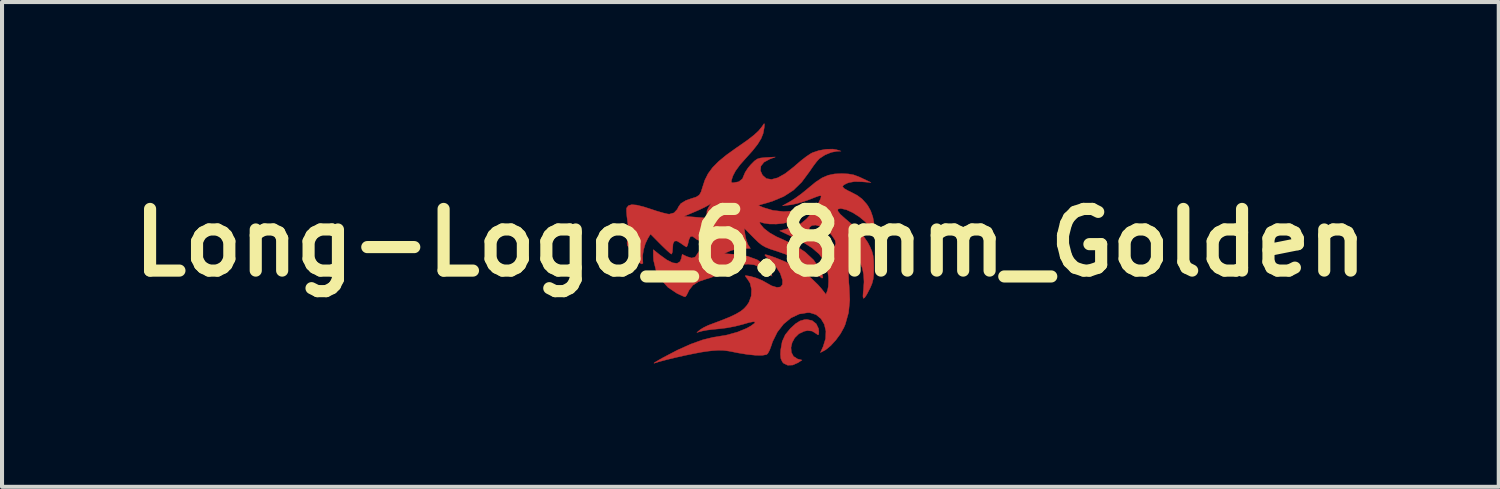
<source format=kicad_pcb>
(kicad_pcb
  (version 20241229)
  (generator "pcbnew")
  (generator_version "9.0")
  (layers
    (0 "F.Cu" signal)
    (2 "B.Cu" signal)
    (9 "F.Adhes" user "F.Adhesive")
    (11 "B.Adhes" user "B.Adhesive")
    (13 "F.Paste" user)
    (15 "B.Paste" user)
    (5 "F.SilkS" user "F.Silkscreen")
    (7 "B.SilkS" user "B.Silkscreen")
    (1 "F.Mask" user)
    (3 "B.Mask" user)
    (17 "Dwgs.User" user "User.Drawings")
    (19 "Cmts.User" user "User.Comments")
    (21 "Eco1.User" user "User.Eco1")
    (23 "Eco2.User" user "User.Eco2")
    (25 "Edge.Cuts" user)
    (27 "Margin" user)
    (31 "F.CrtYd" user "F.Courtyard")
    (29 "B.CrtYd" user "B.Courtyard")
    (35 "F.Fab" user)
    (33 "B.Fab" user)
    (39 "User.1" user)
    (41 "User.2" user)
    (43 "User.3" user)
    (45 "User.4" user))
  (footprint "Long-Logo_6.8mm_Golden"
    (layer "F.Cu")
    (at 15.501 2.95)
    (property "Reference" "Long-Logo_6.8mm_Golden" (at 0 0 0) (layer "F.SilkS") (effects (font (size 1.524 1.524) (thickness 0.3))))
    (attr through_hole)
    (fp_poly (pts (xy 1.526 1.925) (xy 1.628 2.006) (xy 1.686 2.126) (xy 1.693 2.195) (xy 1.69 2.267) (xy 1.67 2.279) (xy 1.632 2.251) (xy 1.526 2.185) (xy 1.412 2.173) (xy 1.328 2.19) (xy 1.198 2.252) (xy 1.098 2.35) (xy 1.033 2.468) (xy 1.004 2.593) (xy 1.014 2.712) (xy 1.066 2.81) (xy 1.164 2.873) (xy 1.185 2.879) (xy 1.276 2.902) (xy 1.176 2.968) (xy 1.045 3.025) (xy 0.921 3.029) (xy 0.821 2.981) (xy 0.79 2.945) (xy 0.754 2.865) (xy 0.744 2.758) (xy 0.75 2.65) (xy 0.787 2.443) (xy 0.863 2.275) (xy 0.991 2.119) (xy 0.992 2.118) (xy 1.119 2.002) (xy 1.227 1.934) (xy 1.335 1.903) (xy 1.394 1.898) (xy 1.526 1.925)) (stroke (width 0.01) (type solid)) (fill yes) (layer "F.Cu"))
    (fp_poly (pts (xy 2.424 -1.7) (xy 2.553 -1.677) (xy 2.683 -1.629) (xy 2.755 -1.596) (xy 2.981 -1.488) (xy 2.752 -1.507) (xy 2.575 -1.511) (xy 2.438 -1.487) (xy 2.388 -1.469) (xy 2.306 -1.427) (xy 2.28 -1.387) (xy 2.315 -1.343) (xy 2.411 -1.287) (xy 2.482 -1.253) (xy 2.642 -1.17) (xy 2.761 -1.081) (xy 2.867 -0.964) (xy 2.903 -0.916) (xy 2.973 -0.791) (xy 3.027 -0.638) (xy 3.056 -0.487) (xy 3.053 -0.364) (xy 3.051 -0.357) (xy 3.036 -0.306) (xy 3.016 -0.301) (xy 2.979 -0.348) (xy 2.947 -0.394) (xy 2.838 -0.52) (xy 2.693 -0.64) (xy 2.532 -0.743) (xy 2.375 -0.815) (xy 2.24 -0.846) (xy 2.231 -0.846) (xy 2.165 -0.831) (xy 2.162 -0.784) (xy 2.221 -0.705) (xy 2.343 -0.595) (xy 2.376 -0.568) (xy 2.603 -0.373) (xy 2.775 -0.19) (xy 2.903 -0.005) (xy 2.959 0.102) (xy 3.006 0.214) (xy 3.034 0.32) (xy 3.048 0.443) (xy 3.052 0.61) (xy 3.052 0.617) (xy 3.049 0.783) (xy 3.036 0.903) (xy 3.01 1.004) (xy 2.966 1.11) (xy 2.954 1.134) (xy 2.878 1.28) (xy 2.825 1.36) (xy 2.793 1.375) (xy 2.783 1.324) (xy 2.791 1.208) (xy 2.796 1.174) (xy 2.81 0.97) (xy 2.8 0.785) (xy 2.768 0.626) (xy 2.719 0.505) (xy 2.654 0.43) (xy 2.578 0.41) (xy 2.538 0.424) (xy 2.475 0.488) (xy 2.437 0.6) (xy 2.424 0.765) (xy 2.434 0.991) (xy 2.441 1.063) (xy 2.458 1.416) (xy 2.427 1.73) (xy 2.347 2.015) (xy 2.313 2.096) (xy 2.228 2.25) (xy 2.114 2.406) (xy 1.987 2.545) (xy 1.865 2.645) (xy 1.829 2.666) (xy 1.732 2.716) (xy 1.8 2.566) (xy 1.86 2.372) (xy 1.868 2.186) (xy 1.828 2.017) (xy 1.745 1.878) (xy 1.625 1.779) (xy 1.472 1.731) (xy 1.423 1.729) (xy 1.208 1.763) (xy 1.005 1.859) (xy 0.821 2.011) (xy 0.667 2.209) (xy 0.55 2.446) (xy 0.517 2.545) (xy 0.476 2.656) (xy 0.432 2.737) (xy 0.403 2.765) (xy 0.294 2.785) (xy 0.13 2.783) (xy -0.077 2.762) (xy -0.314 2.723) (xy -0.356 2.714) (xy -0.53 2.68) (xy -0.666 2.662) (xy -0.791 2.659) (xy -0.935 2.669) (xy -1.05 2.682) (xy -1.205 2.705) (xy -1.404 2.743) (xy -1.628 2.789) (xy -1.859 2.841) (xy -2.076 2.894) (xy -2.26 2.943) (xy -2.381 2.981) (xy -2.383 2.976) (xy -2.333 2.942) (xy -2.239 2.887) (xy -2.152 2.838) (xy -1.798 2.653) (xy -1.469 2.506) (xy -1.173 2.4) (xy -0.917 2.338) (xy -0.854 2.329) (xy -0.578 2.282) (xy -0.316 2.209) (xy -0.09 2.116) (xy 0.017 2.055) (xy 0.1 1.994) (xy 0.118 1.96) (xy 0.073 1.953) (xy -0.035 1.974) (xy -0.201 2.022) (xy -0.379 2.067) (xy -0.584 2.106) (xy -0.772 2.129) (xy -0.776 2.129) (xy -0.932 2.144) (xy -1.077 2.162) (xy -1.183 2.182) (xy -1.199 2.186) (xy -1.323 2.22) (xy -1.243 2.153) (xy -1.161 2.101) (xy -1.048 2.046) (xy -0.996 2.026) (xy -0.729 1.926) (xy -0.52 1.842) (xy -0.361 1.767) (xy -0.241 1.697) (xy -0.152 1.625) (xy -0.084 1.548) (xy -0.033 1.469) (xy 0.022 1.316) (xy 0.029 1.151) (xy -0.008 0.998) (xy -0.072 0.898) (xy -0.117 0.841) (xy -0.124 0.813) (xy -0.121 0.812) (xy 0.004 0.832) (xy 0.155 0.877) (xy 0.298 0.937) (xy 0.367 0.976) (xy 0.527 1.066) (xy 0.655 1.105) (xy 0.745 1.094) (xy 0.793 1.034) (xy 0.795 0.926) (xy 0.794 0.922) (xy 0.738 0.754) (xy 0.631 0.589) (xy 0.476 0.427) (xy 0.392 0.348) (xy 0.357 0.307) (xy 0.366 0.295) (xy 0.414 0.304) (xy 0.415 0.304) (xy 0.526 0.338) (xy 0.676 0.394) (xy 0.841 0.462) (xy 0.999 0.533) (xy 1.125 0.596) (xy 1.164 0.619) (xy 1.337 0.74) (xy 1.514 0.887) (xy 1.67 1.038) (xy 1.753 1.132) (xy 1.868 1.278) (xy 1.908 1.177) (xy 1.926 1.087) (xy 1.934 0.957) (xy 1.931 0.84) (xy 1.897 0.631) (xy 1.823 0.447) (xy 1.703 0.283) (xy 1.529 0.131) (xy 1.297 -0.016) (xy 1.075 -0.129) (xy 0.726 -0.294) (xy 0.781 -0.309) (xy 1.445 -0.309) (xy 1.474 -0.207) (xy 1.56 -0.084) (xy 1.683 0.029) (xy 1.813 0.105) (xy 1.936 0.138) (xy 2.037 0.124) (xy 2.074 0.099) (xy 2.113 0.028) (xy 2.096 -0.06) (xy 2.021 -0.173) (xy 1.972 -0.23) (xy 1.846 -0.341) (xy 1.723 -0.408) (xy 1.613 -0.436) (xy 1.523 -0.426) (xy 1.464 -0.383) (xy 1.445 -0.309) (xy 0.781 -0.309) (xy 0.943 -0.353) (xy 1.072 -0.393) (xy 1.184 -0.436) (xy 1.241 -0.466) (xy 1.385 -0.584) (xy 1.526 -0.74) (xy 1.647 -0.911) (xy 1.73 -1.075) (xy 1.743 -1.115) (xy 1.75 -1.149) (xy 1.737 -1.163) (xy 1.692 -1.156) (xy 1.605 -1.125) (xy 1.474 -1.073) (xy 1.313 -1.016) (xy 1.149 -0.968) (xy 1.012 -0.938) (xy 0.988 -0.935) (xy 0.794 -0.913) (xy 0.988 -1.021) (xy 1.107 -1.097) (xy 1.252 -1.202) (xy 1.394 -1.316) (xy 1.429 -1.346) (xy 1.614 -1.498) (xy 1.773 -1.603) (xy 1.923 -1.667) (xy 2.081 -1.7) (xy 2.261 -1.708) (xy 2.424 -1.7)) (stroke (width 0.01) (type solid)) (fill yes) (layer "F.Cu"))
    (fp_poly (pts (xy 0.349 -2.928) (xy 0.343 -2.851) (xy 0.341 -2.836) (xy 0.316 -2.701) (xy 0.264 -2.571) (xy 0.179 -2.433) (xy 0.053 -2.273) (xy -0.09 -2.114) (xy -0.256 -1.927) (xy -0.368 -1.774) (xy -0.432 -1.652) (xy -0.435 -1.643) (xy -0.466 -1.546) (xy -0.471 -1.499) (xy -0.451 -1.483) (xy -0.423 -1.482) (xy -0.287 -1.507) (xy -0.196 -1.579) (xy -0.164 -1.657) (xy -0.128 -1.741) (xy -0.058 -1.848) (xy 0.012 -1.93) (xy 0.101 -2.02) (xy 0.172 -2.07) (xy 0.253 -2.094) (xy 0.372 -2.105) (xy 0.392 -2.106) (xy 0.617 -2.119) (xy 0.477 -2.066) (xy 0.337 -1.99) (xy 0.26 -1.893) (xy 0.249 -1.781) (xy 0.3 -1.669) (xy 0.396 -1.585) (xy 0.523 -1.564) (xy 0.68 -1.606) (xy 0.865 -1.711) (xy 1.08 -1.879) (xy 1.129 -1.923) (xy 1.258 -2.033) (xy 1.387 -2.132) (xy 1.494 -2.203) (xy 1.535 -2.225) (xy 1.696 -2.279) (xy 1.872 -2.31) (xy 2.036 -2.314) (xy 2.134 -2.297) (xy 2.24 -2.264) (xy 2.142 -2.261) (xy 2 -2.234) (xy 1.845 -2.17) (xy 1.713 -2.084) (xy 1.698 -2.071) (xy 1.638 -2.004) (xy 1.557 -1.897) (xy 1.472 -1.774) (xy 1.46 -1.756) (xy 1.269 -1.498) (xy 1.064 -1.298) (xy 0.827 -1.144) (xy 0.545 -1.026) (xy 0.411 -0.985) (xy 0.194 -0.924) (xy 0.321 -0.869) (xy 0.559 -0.798) (xy 0.822 -0.769) (xy 1.084 -0.784) (xy 1.315 -0.843) (xy 1.381 -0.865) (xy 1.395 -0.853) (xy 1.376 -0.812) (xy 1.3 -0.72) (xy 1.178 -0.625) (xy 1.032 -0.544) (xy 0.954 -0.512) (xy 0.811 -0.478) (xy 0.64 -0.461) (xy 0.471 -0.463) (xy 0.332 -0.484) (xy 0.301 -0.493) (xy 0.239 -0.513) (xy 0.229 -0.497) (xy 0.246 -0.461) (xy 0.331 -0.357) (xy 0.469 -0.249) (xy 0.646 -0.148) (xy 0.777 -0.09) (xy 1.09 0.057) (xy 1.354 0.231) (xy 1.564 0.428) (xy 1.711 0.642) (xy 1.732 0.686) (xy 1.782 0.807) (xy 1.793 0.87) (xy 1.765 0.875) (xy 1.696 0.822) (xy 1.62 0.748) (xy 1.413 0.569) (xy 1.165 0.416) (xy 0.866 0.283) (xy 0.653 0.209) (xy 0.489 0.156) (xy 0.373 0.109) (xy 0.282 0.057) (xy 0.195 -0.013) (xy 0.092 -0.113) (xy 0.074 -0.131) (xy -0.152 -0.36) (xy -0.129 -0.191) (xy -0.103 -0.071) (xy -0.067 0.031) (xy -0.052 0.059) (xy 0.002 0.141) (xy -0.184 0.142) (xy -0.325 0.156) (xy -0.464 0.189) (xy -0.512 0.207) (xy -0.653 0.27) (xy -0.366 0.29) (xy -0.074 0.334) (xy 0.165 0.42) (xy 0.35 0.546) (xy 0.479 0.713) (xy 0.484 0.723) (xy 0.538 0.829) (xy 0.454 0.753) (xy 0.273 0.618) (xy 0.094 0.546) (xy -0.056 0.529) (xy -0.224 0.541) (xy -0.379 0.58) (xy -0.547 0.656) (xy -0.67 0.726) (xy -0.817 0.8) (xy -0.987 0.866) (xy -1.093 0.898) (xy -1.285 0.963) (xy -1.422 1.052) (xy -1.516 1.175) (xy -1.54 1.226) (xy -1.579 1.302) (xy -1.611 1.339) (xy -1.614 1.34) (xy -1.658 1.325) (xy -1.743 1.286) (xy -1.817 1.251) (xy -2.036 1.104) (xy -2.21 0.912) (xy -2.332 0.686) (xy -2.393 0.437) (xy -2.399 0.329) (xy -2.399 0.172) (xy -2.249 0.293) (xy -2.068 0.424) (xy -1.922 0.497) (xy -1.811 0.511) (xy -1.738 0.467) (xy -1.706 0.388) (xy -1.685 0.287) (xy -1.569 0.343) (xy -1.45 0.379) (xy -1.364 0.355) (xy -1.307 0.27) (xy -1.257 0.197) (xy -1.173 0.123) (xy -1.148 0.107) (xy -1.045 0.022) (xy -0.964 -0.083) (xy -0.92 -0.185) (xy -0.917 -0.213) (xy -0.94 -0.219) (xy -0.998 -0.184) (xy -1.023 -0.164) (xy -1.142 -0.078) (xy -1.236 -0.049) (xy -1.318 -0.074) (xy -1.359 -0.106) (xy -1.433 -0.159) (xy -1.484 -0.149) (xy -1.519 -0.075) (xy -1.532 -0.018) (xy -1.553 0.063) (xy -1.574 0.105) (xy -1.577 0.106) (xy -1.616 0.086) (xy -1.688 0.037) (xy -1.719 0.014) (xy -1.815 -0.043) (xy -1.878 -0.04) (xy -1.912 0.026) (xy -1.921 0.142) (xy -1.928 0.23) (xy -1.944 0.279) (xy -1.95 0.282) (xy -1.986 0.259) (xy -2.058 0.195) (xy -2.155 0.102) (xy -2.224 0.034) (xy -2.469 -0.214) (xy -2.538 -0.1) (xy -2.597 0.025) (xy -2.641 0.175) (xy -2.664 0.322) (xy -2.661 0.436) (xy -2.66 0.443) (xy -2.656 0.509) (xy -2.685 0.526) (xy -2.736 0.5) (xy -2.798 0.436) (xy -2.861 0.342) (xy -2.874 0.318) (xy -2.933 0.215) (xy -2.996 0.129) (xy -3.002 0.122) (xy -3.042 0.065) (xy -3.049 0.000048) (xy -3.029 -0.09) (xy -3.01 -0.196) (xy -3.012 -0.327) (xy -3.033 -0.502) (xy -3.035 -0.517) (xy -3.053 -0.653) (xy -1.64 -0.653) (xy -1.376 -0.633) (xy -1.245 -0.622) (xy -1.142 -0.613) (xy -1.087 -0.607) (xy -1.084 -0.606) (xy -1.071 -0.63) (xy -1.078 -0.685) (xy -1.072 -0.792) (xy -1.035 -0.87) (xy -0.97 -0.97) (xy -1.058 -0.916) (xy -1.134 -0.875) (xy -1.251 -0.819) (xy -1.385 -0.76) (xy -1.393 -0.757) (xy -1.64 -0.653) (xy -3.053 -0.653) (xy -3.053 -0.657) (xy -3.062 -0.775) (xy -3.061 -0.85) (xy -3.058 -0.86) (xy -3.014 -0.916) (xy -2.934 -0.94) (xy -2.81 -0.93) (xy -2.637 -0.887) (xy -2.472 -0.834) (xy -2.312 -0.781) (xy -2.167 -0.739) (xy -2.056 -0.712) (xy -2.005 -0.705) (xy -1.888 -0.738) (xy -1.804 -0.828) (xy -1.782 -0.879) (xy -1.72 -0.967) (xy -1.596 -1.043) (xy -1.461 -1.091) (xy -1.338 -1.13) (xy -1.264 -1.178) (xy -1.219 -1.255) (xy -1.183 -1.371) (xy -1.125 -1.548) (xy -1.045 -1.707) (xy -0.935 -1.857) (xy -0.787 -2.007) (xy -0.593 -2.167) (xy -0.345 -2.345) (xy -0.279 -2.39) (xy -0.069 -2.537) (xy 0.089 -2.66) (xy 0.205 -2.767) (xy 0.287 -2.868) (xy 0.315 -2.91) (xy 0.34 -2.945) (xy 0.349 -2.928)) (stroke (width 0.01) (type solid)) (fill yes) (layer "F.Cu"))
    (fp_poly (pts (xy 1.526 1.925) (xy 1.628 2.006) (xy 1.686 2.126) (xy 1.693 2.195) (xy 1.69 2.267) (xy 1.67 2.279) (xy 1.632 2.251) (xy 1.526 2.185) (xy 1.412 2.173) (xy 1.328 2.19) (xy 1.198 2.252) (xy 1.098 2.35) (xy 1.033 2.468) (xy 1.004 2.593) (xy 1.014 2.712) (xy 1.066 2.81) (xy 1.164 2.873) (xy 1.185 2.879) (xy 1.276 2.902) (xy 1.176 2.968) (xy 1.045 3.025) (xy 0.921 3.029) (xy 0.821 2.981) (xy 0.79 2.945) (xy 0.754 2.865) (xy 0.744 2.758) (xy 0.75 2.65) (xy 0.787 2.443) (xy 0.863 2.275) (xy 0.991 2.119) (xy 0.992 2.118) (xy 1.119 2.002) (xy 1.227 1.934) (xy 1.335 1.903) (xy 1.394 1.898) (xy 1.526 1.925)) (stroke (width 0.01) (type solid)) (fill yes) (layer "F.Mask"))
    (fp_poly (pts (xy 2.424 -1.7) (xy 2.553 -1.677) (xy 2.683 -1.629) (xy 2.755 -1.596) (xy 2.981 -1.488) (xy 2.752 -1.507) (xy 2.575 -1.511) (xy 2.438 -1.487) (xy 2.388 -1.469) (xy 2.306 -1.427) (xy 2.28 -1.387) (xy 2.315 -1.343) (xy 2.411 -1.287) (xy 2.482 -1.253) (xy 2.642 -1.17) (xy 2.761 -1.081) (xy 2.867 -0.964) (xy 2.903 -0.916) (xy 2.973 -0.791) (xy 3.027 -0.638) (xy 3.056 -0.487) (xy 3.053 -0.364) (xy 3.051 -0.357) (xy 3.036 -0.306) (xy 3.016 -0.301) (xy 2.979 -0.348) (xy 2.947 -0.394) (xy 2.838 -0.52) (xy 2.693 -0.64) (xy 2.532 -0.743) (xy 2.375 -0.815) (xy 2.24 -0.846) (xy 2.231 -0.846) (xy 2.165 -0.831) (xy 2.162 -0.784) (xy 2.221 -0.705) (xy 2.343 -0.595) (xy 2.376 -0.568) (xy 2.603 -0.373) (xy 2.775 -0.19) (xy 2.903 -0.005) (xy 2.959 0.102) (xy 3.006 0.214) (xy 3.034 0.32) (xy 3.048 0.443) (xy 3.052 0.61) (xy 3.052 0.617) (xy 3.049 0.783) (xy 3.036 0.903) (xy 3.01 1.004) (xy 2.966 1.11) (xy 2.954 1.134) (xy 2.878 1.28) (xy 2.825 1.36) (xy 2.793 1.375) (xy 2.783 1.324) (xy 2.791 1.208) (xy 2.796 1.174) (xy 2.81 0.97) (xy 2.8 0.785) (xy 2.768 0.626) (xy 2.719 0.505) (xy 2.654 0.43) (xy 2.578 0.41) (xy 2.538 0.424) (xy 2.475 0.488) (xy 2.437 0.6) (xy 2.424 0.765) (xy 2.434 0.991) (xy 2.441 1.063) (xy 2.458 1.416) (xy 2.427 1.73) (xy 2.347 2.015) (xy 2.313 2.096) (xy 2.228 2.25) (xy 2.114 2.406) (xy 1.987 2.545) (xy 1.865 2.645) (xy 1.829 2.666) (xy 1.732 2.716) (xy 1.8 2.566) (xy 1.86 2.372) (xy 1.868 2.186) (xy 1.828 2.017) (xy 1.745 1.878) (xy 1.625 1.779) (xy 1.472 1.731) (xy 1.423 1.729) (xy 1.208 1.763) (xy 1.005 1.859) (xy 0.821 2.011) (xy 0.667 2.209) (xy 0.55 2.446) (xy 0.517 2.545) (xy 0.476 2.656) (xy 0.432 2.737) (xy 0.403 2.765) (xy 0.294 2.785) (xy 0.13 2.783) (xy -0.077 2.762) (xy -0.314 2.723) (xy -0.356 2.714) (xy -0.53 2.68) (xy -0.666 2.662) (xy -0.791 2.659) (xy -0.935 2.669) (xy -1.05 2.682) (xy -1.205 2.705) (xy -1.404 2.743) (xy -1.628 2.789) (xy -1.859 2.841) (xy -2.076 2.894) (xy -2.26 2.943) (xy -2.381 2.981) (xy -2.383 2.976) (xy -2.333 2.942) (xy -2.239 2.887) (xy -2.152 2.838) (xy -1.798 2.653) (xy -1.469 2.506) (xy -1.173 2.4) (xy -0.917 2.338) (xy -0.854 2.329) (xy -0.578 2.282) (xy -0.316 2.209) (xy -0.09 2.116) (xy 0.017 2.055) (xy 0.1 1.994) (xy 0.118 1.96) (xy 0.073 1.953) (xy -0.035 1.974) (xy -0.201 2.022) (xy -0.379 2.067) (xy -0.584 2.106) (xy -0.772 2.129) (xy -0.776 2.129) (xy -0.932 2.144) (xy -1.077 2.162) (xy -1.183 2.182) (xy -1.199 2.186) (xy -1.323 2.22) (xy -1.243 2.153) (xy -1.161 2.101) (xy -1.048 2.046) (xy -0.996 2.026) (xy -0.729 1.926) (xy -0.52 1.842) (xy -0.361 1.767) (xy -0.241 1.697) (xy -0.152 1.625) (xy -0.084 1.548) (xy -0.033 1.469) (xy 0.022 1.316) (xy 0.029 1.151) (xy -0.008 0.998) (xy -0.072 0.898) (xy -0.117 0.841) (xy -0.124 0.813) (xy -0.121 0.812) (xy 0.004 0.832) (xy 0.155 0.877) (xy 0.298 0.937) (xy 0.367 0.976) (xy 0.527 1.066) (xy 0.655 1.105) (xy 0.745 1.094) (xy 0.793 1.034) (xy 0.795 0.926) (xy 0.794 0.922) (xy 0.738 0.754) (xy 0.631 0.589) (xy 0.476 0.427) (xy 0.392 0.348) (xy 0.357 0.307) (xy 0.366 0.295) (xy 0.414 0.304) (xy 0.415 0.304) (xy 0.526 0.338) (xy 0.676 0.394) (xy 0.841 0.462) (xy 0.999 0.533) (xy 1.125 0.596) (xy 1.164 0.619) (xy 1.337 0.74) (xy 1.514 0.887) (xy 1.67 1.038) (xy 1.753 1.132) (xy 1.868 1.278) (xy 1.908 1.177) (xy 1.926 1.087) (xy 1.934 0.957) (xy 1.931 0.84) (xy 1.897 0.631) (xy 1.823 0.447) (xy 1.703 0.283) (xy 1.529 0.131) (xy 1.297 -0.016) (xy 1.075 -0.129) (xy 0.726 -0.294) (xy 0.781 -0.309) (xy 1.445 -0.309) (xy 1.474 -0.207) (xy 1.56 -0.084) (xy 1.683 0.029) (xy 1.813 0.105) (xy 1.936 0.138) (xy 2.037 0.124) (xy 2.074 0.099) (xy 2.113 0.028) (xy 2.096 -0.06) (xy 2.021 -0.173) (xy 1.972 -0.23) (xy 1.846 -0.341) (xy 1.723 -0.408) (xy 1.613 -0.436) (xy 1.523 -0.426) (xy 1.464 -0.383) (xy 1.445 -0.309) (xy 0.781 -0.309) (xy 0.943 -0.353) (xy 1.072 -0.393) (xy 1.184 -0.436) (xy 1.241 -0.466) (xy 1.385 -0.584) (xy 1.526 -0.74) (xy 1.647 -0.911) (xy 1.73 -1.075) (xy 1.743 -1.115) (xy 1.75 -1.149) (xy 1.737 -1.163) (xy 1.692 -1.156) (xy 1.605 -1.125) (xy 1.474 -1.073) (xy 1.313 -1.016) (xy 1.149 -0.968) (xy 1.012 -0.938) (xy 0.988 -0.935) (xy 0.794 -0.913) (xy 0.988 -1.021) (xy 1.107 -1.097) (xy 1.252 -1.202) (xy 1.394 -1.316) (xy 1.429 -1.346) (xy 1.614 -1.498) (xy 1.773 -1.603) (xy 1.923 -1.667) (xy 2.081 -1.7) (xy 2.261 -1.708) (xy 2.424 -1.7)) (stroke (width 0.01) (type solid)) (fill yes) (layer "F.Mask"))
    (fp_poly (pts (xy 0.349 -2.928) (xy 0.343 -2.851) (xy 0.341 -2.836) (xy 0.316 -2.701) (xy 0.264 -2.571) (xy 0.179 -2.433) (xy 0.053 -2.273) (xy -0.09 -2.114) (xy -0.256 -1.927) (xy -0.368 -1.774) (xy -0.432 -1.652) (xy -0.435 -1.643) (xy -0.466 -1.546) (xy -0.471 -1.499) (xy -0.451 -1.483) (xy -0.423 -1.482) (xy -0.287 -1.507) (xy -0.196 -1.579) (xy -0.164 -1.657) (xy -0.128 -1.741) (xy -0.058 -1.848) (xy 0.012 -1.93) (xy 0.101 -2.02) (xy 0.172 -2.07) (xy 0.253 -2.094) (xy 0.372 -2.105) (xy 0.392 -2.106) (xy 0.617 -2.119) (xy 0.477 -2.066) (xy 0.337 -1.99) (xy 0.26 -1.893) (xy 0.249 -1.781) (xy 0.3 -1.669) (xy 0.396 -1.585) (xy 0.523 -1.564) (xy 0.68 -1.606) (xy 0.865 -1.711) (xy 1.08 -1.879) (xy 1.129 -1.923) (xy 1.258 -2.033) (xy 1.387 -2.132) (xy 1.494 -2.203) (xy 1.535 -2.225) (xy 1.696 -2.279) (xy 1.872 -2.31) (xy 2.036 -2.314) (xy 2.134 -2.297) (xy 2.24 -2.264) (xy 2.142 -2.261) (xy 2 -2.234) (xy 1.845 -2.17) (xy 1.713 -2.084) (xy 1.698 -2.071) (xy 1.638 -2.004) (xy 1.557 -1.897) (xy 1.472 -1.774) (xy 1.46 -1.756) (xy 1.269 -1.498) (xy 1.064 -1.298) (xy 0.827 -1.144) (xy 0.545 -1.026) (xy 0.411 -0.985) (xy 0.194 -0.924) (xy 0.321 -0.869) (xy 0.559 -0.798) (xy 0.822 -0.769) (xy 1.084 -0.784) (xy 1.315 -0.843) (xy 1.381 -0.865) (xy 1.395 -0.853) (xy 1.376 -0.812) (xy 1.3 -0.72) (xy 1.178 -0.625) (xy 1.032 -0.544) (xy 0.954 -0.512) (xy 0.811 -0.478) (xy 0.64 -0.461) (xy 0.471 -0.463) (xy 0.332 -0.484) (xy 0.301 -0.493) (xy 0.239 -0.513) (xy 0.229 -0.497) (xy 0.246 -0.461) (xy 0.331 -0.357) (xy 0.469 -0.249) (xy 0.646 -0.148) (xy 0.777 -0.09) (xy 1.09 0.057) (xy 1.354 0.231) (xy 1.564 0.428) (xy 1.711 0.642) (xy 1.732 0.686) (xy 1.782 0.807) (xy 1.793 0.87) (xy 1.765 0.875) (xy 1.696 0.822) (xy 1.62 0.748) (xy 1.413 0.569) (xy 1.165 0.416) (xy 0.866 0.283) (xy 0.653 0.209) (xy 0.489 0.156) (xy 0.373 0.109) (xy 0.282 0.057) (xy 0.195 -0.013) (xy 0.092 -0.113) (xy 0.074 -0.131) (xy -0.152 -0.36) (xy -0.129 -0.191) (xy -0.103 -0.071) (xy -0.067 0.031) (xy -0.052 0.059) (xy 0.002 0.141) (xy -0.184 0.142) (xy -0.325 0.156) (xy -0.464 0.189) (xy -0.512 0.207) (xy -0.653 0.27) (xy -0.366 0.29) (xy -0.074 0.334) (xy 0.165 0.42) (xy 0.35 0.546) (xy 0.479 0.713) (xy 0.484 0.723) (xy 0.538 0.829) (xy 0.454 0.753) (xy 0.273 0.618) (xy 0.094 0.546) (xy -0.056 0.529) (xy -0.224 0.541) (xy -0.379 0.58) (xy -0.547 0.656) (xy -0.67 0.726) (xy -0.817 0.8) (xy -0.987 0.866) (xy -1.093 0.898) (xy -1.285 0.963) (xy -1.422 1.052) (xy -1.516 1.175) (xy -1.54 1.226) (xy -1.579 1.302) (xy -1.611 1.339) (xy -1.614 1.34) (xy -1.658 1.325) (xy -1.743 1.286) (xy -1.817 1.251) (xy -2.036 1.104) (xy -2.21 0.912) (xy -2.332 0.686) (xy -2.393 0.437) (xy -2.399 0.329) (xy -2.399 0.172) (xy -2.249 0.293) (xy -2.068 0.424) (xy -1.922 0.497) (xy -1.811 0.511) (xy -1.738 0.467) (xy -1.706 0.388) (xy -1.685 0.287) (xy -1.569 0.343) (xy -1.45 0.379) (xy -1.364 0.355) (xy -1.307 0.27) (xy -1.257 0.197) (xy -1.173 0.123) (xy -1.148 0.107) (xy -1.045 0.022) (xy -0.964 -0.083) (xy -0.92 -0.185) (xy -0.917 -0.213) (xy -0.94 -0.219) (xy -0.998 -0.184) (xy -1.023 -0.164) (xy -1.142 -0.078) (xy -1.236 -0.049) (xy -1.318 -0.074) (xy -1.359 -0.106) (xy -1.433 -0.159) (xy -1.484 -0.149) (xy -1.519 -0.075) (xy -1.532 -0.018) (xy -1.553 0.063) (xy -1.574 0.105) (xy -1.577 0.106) (xy -1.616 0.086) (xy -1.688 0.037) (xy -1.719 0.014) (xy -1.815 -0.043) (xy -1.878 -0.04) (xy -1.912 0.026) (xy -1.921 0.142) (xy -1.928 0.23) (xy -1.944 0.279) (xy -1.95 0.282) (xy -1.986 0.259) (xy -2.058 0.195) (xy -2.155 0.102) (xy -2.224 0.034) (xy -2.469 -0.214) (xy -2.538 -0.1) (xy -2.597 0.025) (xy -2.641 0.175) (xy -2.664 0.322) (xy -2.661 0.436) (xy -2.66 0.443) (xy -2.656 0.509) (xy -2.685 0.526) (xy -2.736 0.5) (xy -2.798 0.436) (xy -2.861 0.342) (xy -2.874 0.318) (xy -2.933 0.215) (xy -2.996 0.129) (xy -3.002 0.122) (xy -3.042 0.065) (xy -3.049 0.000048) (xy -3.029 -0.09) (xy -3.01 -0.196) (xy -3.012 -0.327) (xy -3.033 -0.502) (xy -3.035 -0.517) (xy -3.053 -0.653) (xy -1.64 -0.653) (xy -1.376 -0.633) (xy -1.245 -0.622) (xy -1.142 -0.613) (xy -1.087 -0.607) (xy -1.084 -0.606) (xy -1.071 -0.63) (xy -1.078 -0.685) (xy -1.072 -0.792) (xy -1.035 -0.87) (xy -0.97 -0.97) (xy -1.058 -0.916) (xy -1.134 -0.875) (xy -1.251 -0.819) (xy -1.385 -0.76) (xy -1.393 -0.757) (xy -1.64 -0.653) (xy -3.053 -0.653) (xy -3.053 -0.657) (xy -3.062 -0.775) (xy -3.061 -0.85) (xy -3.058 -0.86) (xy -3.014 -0.916) (xy -2.934 -0.94) (xy -2.81 -0.93) (xy -2.637 -0.887) (xy -2.472 -0.834) (xy -2.312 -0.781) (xy -2.167 -0.739) (xy -2.056 -0.712) (xy -2.005 -0.705) (xy -1.888 -0.738) (xy -1.804 -0.828) (xy -1.782 -0.879) (xy -1.72 -0.967) (xy -1.596 -1.043) (xy -1.461 -1.091) (xy -1.338 -1.13) (xy -1.264 -1.178) (xy -1.219 -1.255) (xy -1.183 -1.371) (xy -1.125 -1.548) (xy -1.045 -1.707) (xy -0.935 -1.857) (xy -0.787 -2.007) (xy -0.593 -2.167) (xy -0.345 -2.345) (xy -0.279 -2.39) (xy -0.069 -2.537) (xy 0.089 -2.66) (xy 0.205 -2.767) (xy 0.287 -2.868) (xy 0.315 -2.91) (xy 0.34 -2.945) (xy 0.349 -2.928)) (stroke (width 0.01) (type solid)) (fill yes) (layer "F.Mask")))
  (gr_rect
    (start -3 -3)
    (end 34.003 8.985)
    (stroke (width 0.1) (type default))
    (fill no)
    (layer "Edge.Cuts")))
</source>
